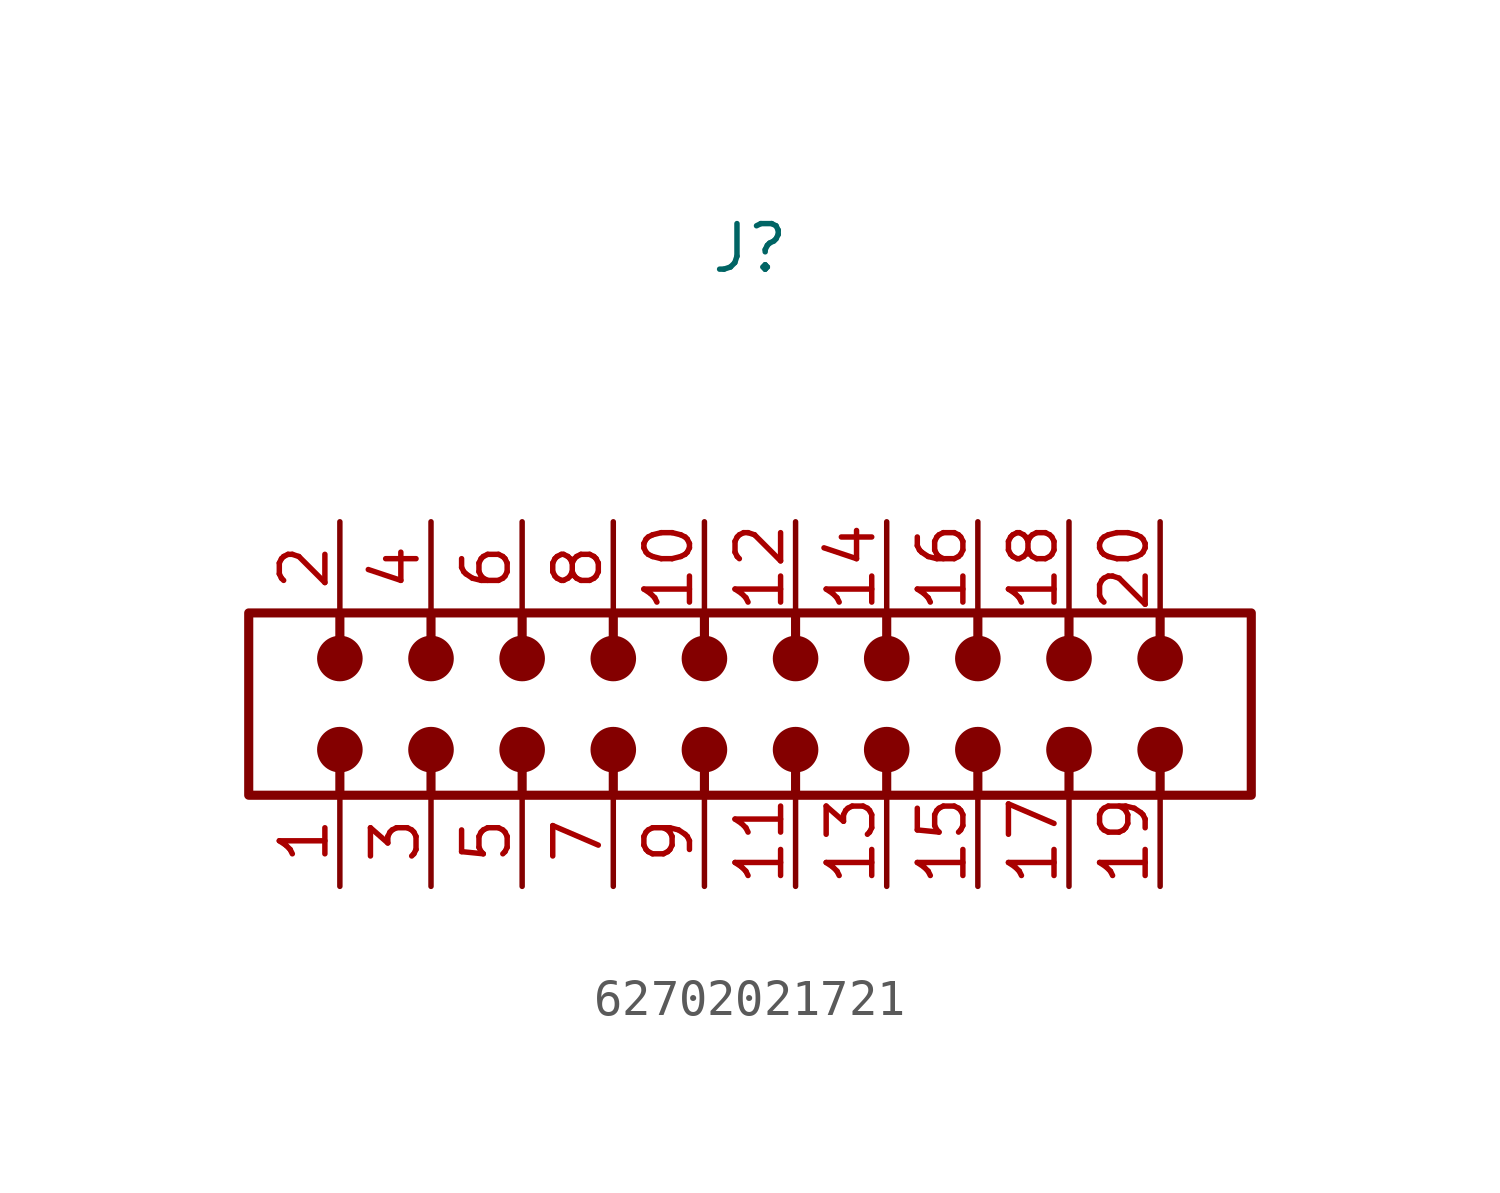
<source format=kicad_sym>
(kicad_symbol_lib
  (version 20241209)
  (generator "kicad_symbol_editor")
  (generator_version "9.0")
  (symbol "62702021721"
    (pin_names
      (hide yes))
    (property "Reference" "J"
      (at 0 12.7 0)
      (effects (font (size 1.27 1.27))))
    (symbol "62702021721_1_1"
      (rectangle (start -13.97 2.54) (end 13.97 -2.54) (stroke (width 0.254) (type solid)) (fill (type none)))
      (polyline (pts (xy -11.43 1.778) (xy -11.43 2.54)) (stroke (width 0.254) (type solid)) (fill (type none)))
      (circle (center -11.43 1.27) (radius 0.508) (stroke (width 0.254) (type solid)) (fill (type outline)))
      (circle (center -11.43 -1.27) (radius 0.508) (stroke (width 0.254) (type solid)) (fill (type outline)))
      (polyline (pts (xy -11.43 -1.778) (xy -11.43 -2.54)) (stroke (width 0.254) (type solid)) (fill (type none)))
      (polyline (pts (xy -8.89 1.778) (xy -8.89 2.54)) (stroke (width 0.254) (type solid)) (fill (type none)))
      (circle (center -8.89 1.27) (radius 0.508) (stroke (width 0.254) (type solid)) (fill (type outline)))
      (circle (center -8.89 -1.27) (radius 0.508) (stroke (width 0.254) (type solid)) (fill (type outline)))
      (polyline (pts (xy -8.89 -1.778) (xy -8.89 -2.54)) (stroke (width 0.254) (type solid)) (fill (type none)))
      (polyline (pts (xy -6.35 1.778) (xy -6.35 2.54)) (stroke (width 0.254) (type solid)) (fill (type none)))
      (circle (center -6.35 1.27) (radius 0.508) (stroke (width 0.254) (type solid)) (fill (type outline)))
      (circle (center -6.35 -1.27) (radius 0.508) (stroke (width 0.254) (type solid)) (fill (type outline)))
      (polyline (pts (xy -6.35 -1.778) (xy -6.35 -2.54)) (stroke (width 0.254) (type solid)) (fill (type none)))
      (polyline (pts (xy -3.81 1.778) (xy -3.81 2.54)) (stroke (width 0.254) (type solid)) (fill (type none)))
      (circle (center -3.81 1.27) (radius 0.508) (stroke (width 0.254) (type solid)) (fill (type outline)))
      (circle (center -3.81 -1.27) (radius 0.508) (stroke (width 0.254) (type solid)) (fill (type outline)))
      (polyline (pts (xy -3.81 -1.778) (xy -3.81 -2.54)) (stroke (width 0.254) (type solid)) (fill (type none)))
      (polyline (pts (xy -1.27 1.778) (xy -1.27 2.54)) (stroke (width 0.254) (type solid)) (fill (type none)))
      (circle (center -1.27 1.27) (radius 0.508) (stroke (width 0.254) (type solid)) (fill (type outline)))
      (circle (center -1.27 -1.27) (radius 0.508) (stroke (width 0.254) (type solid)) (fill (type outline)))
      (polyline (pts (xy -1.27 -1.778) (xy -1.27 -2.54)) (stroke (width 0.254) (type solid)) (fill (type none)))
      (polyline (pts (xy 1.27 1.778) (xy 1.27 2.54)) (stroke (width 0.254) (type solid)) (fill (type none)))
      (circle (center 1.27 1.27) (radius 0.508) (stroke (width 0.254) (type solid)) (fill (type outline)))
      (circle (center 1.27 -1.27) (radius 0.508) (stroke (width 0.254) (type solid)) (fill (type outline)))
      (polyline (pts (xy 1.27 -1.778) (xy 1.27 -2.54)) (stroke (width 0.254) (type solid)) (fill (type none)))
      (polyline (pts (xy 3.81 1.778) (xy 3.81 2.54)) (stroke (width 0.254) (type solid)) (fill (type none)))
      (circle (center 3.81 1.27) (radius 0.508) (stroke (width 0.254) (type solid)) (fill (type outline)))
      (circle (center 3.81 -1.27) (radius 0.508) (stroke (width 0.254) (type solid)) (fill (type outline)))
      (polyline (pts (xy 3.81 -1.778) (xy 3.81 -2.54)) (stroke (width 0.254) (type solid)) (fill (type none)))
      (polyline (pts (xy 6.35 1.778) (xy 6.35 2.54)) (stroke (width 0.254) (type solid)) (fill (type none)))
      (circle (center 6.35 1.27) (radius 0.508) (stroke (width 0.254) (type solid)) (fill (type outline)))
      (circle (center 6.35 -1.27) (radius 0.508) (stroke (width 0.254) (type solid)) (fill (type outline)))
      (polyline (pts (xy 6.35 -1.778) (xy 6.35 -2.54)) (stroke (width 0.254) (type solid)) (fill (type none)))
      (polyline (pts (xy 8.89 1.778) (xy 8.89 2.54)) (stroke (width 0.254) (type solid)) (fill (type none)))
      (circle (center 8.89 1.27) (radius 0.508) (stroke (width 0.254) (type solid)) (fill (type outline)))
      (circle (center 8.89 -1.27) (radius 0.508) (stroke (width 0.254) (type solid)) (fill (type outline)))
      (polyline (pts (xy 8.89 -1.778) (xy 8.89 -2.54)) (stroke (width 0.254) (type solid)) (fill (type none)))
      (polyline (pts (xy 11.43 1.778) (xy 11.43 2.54)) (stroke (width 0.254) (type solid)) (fill (type none)))
      (circle (center 11.43 1.27) (radius 0.508) (stroke (width 0.254) (type solid)) (fill (type outline)))
      (circle (center 11.43 -1.27) (radius 0.508) (stroke (width 0.254) (type solid)) (fill (type outline)))
      (polyline (pts (xy 11.43 -1.778) (xy 11.43 -2.54)) (stroke (width 0.254) (type solid)) (fill (type none)))
      (pin passive line (at -11.43 5.08 270) (length 2.54) (name "2" (effects (font (size 1.27 1.27)))) (number "2" (effects (font (size 1.27 1.27)))))
      (pin passive line (at -11.43 -5.08 90) (length 2.54) (name "1" (effects (font (size 1.27 1.27)))) (number "1" (effects (font (size 1.27 1.27)))))
      (pin passive line (at -8.89 5.08 270) (length 2.54) (name "4" (effects (font (size 1.27 1.27)))) (number "4" (effects (font (size 1.27 1.27)))))
      (pin passive line (at -8.89 -5.08 90) (length 2.54) (name "3" (effects (font (size 1.27 1.27)))) (number "3" (effects (font (size 1.27 1.27)))))
      (pin passive line (at -6.35 5.08 270) (length 2.54) (name "6" (effects (font (size 1.27 1.27)))) (number "6" (effects (font (size 1.27 1.27)))))
      (pin passive line (at -6.35 -5.08 90) (length 2.54) (name "5" (effects (font (size 1.27 1.27)))) (number "5" (effects (font (size 1.27 1.27)))))
      (pin passive line (at -3.81 5.08 270) (length 2.54) (name "8" (effects (font (size 1.27 1.27)))) (number "8" (effects (font (size 1.27 1.27)))))
      (pin passive line (at -3.81 -5.08 90) (length 2.54) (name "7" (effects (font (size 1.27 1.27)))) (number "7" (effects (font (size 1.27 1.27)))))
      (pin passive line (at -1.27 5.08 270) (length 2.54) (name "10" (effects (font (size 1.27 1.27)))) (number "10" (effects (font (size 1.27 1.27)))))
      (pin passive line (at -1.27 -5.08 90) (length 2.54) (name "9" (effects (font (size 1.27 1.27)))) (number "9" (effects (font (size 1.27 1.27)))))
      (pin passive line (at 1.27 5.08 270) (length 2.54) (name "12" (effects (font (size 1.27 1.27)))) (number "12" (effects (font (size 1.27 1.27)))))
      (pin passive line (at 1.27 -5.08 90) (length 2.54) (name "11" (effects (font (size 1.27 1.27)))) (number "11" (effects (font (size 1.27 1.27)))))
      (pin passive line (at 3.81 5.08 270) (length 2.54) (name "14" (effects (font (size 1.27 1.27)))) (number "14" (effects (font (size 1.27 1.27)))))
      (pin passive line (at 3.81 -5.08 90) (length 2.54) (name "13" (effects (font (size 1.27 1.27)))) (number "13" (effects (font (size 1.27 1.27)))))
      (pin passive line (at 6.35 5.08 270) (length 2.54) (name "16" (effects (font (size 1.27 1.27)))) (number "16" (effects (font (size 1.27 1.27)))))
      (pin passive line (at 6.35 -5.08 90) (length 2.54) (name "15" (effects (font (size 1.27 1.27)))) (number "15" (effects (font (size 1.27 1.27)))))
      (pin passive line (at 8.89 5.08 270) (length 2.54) (name "18" (effects (font (size 1.27 1.27)))) (number "18" (effects (font (size 1.27 1.27)))))
      (pin passive line (at 8.89 -5.08 90) (length 2.54) (name "17" (effects (font (size 1.27 1.27)))) (number "17" (effects (font (size 1.27 1.27)))))
      (pin passive line (at 11.43 5.08 270) (length 2.54) (name "20" (effects (font (size 1.27 1.27)))) (number "20" (effects (font (size 1.27 1.27)))))
      (pin passive line (at 11.43 -5.08 90) (length 2.54) (name "19" (effects (font (size 1.27 1.27)))) (number "19" (effects (font (size 1.27 1.27))))))))
</source>
